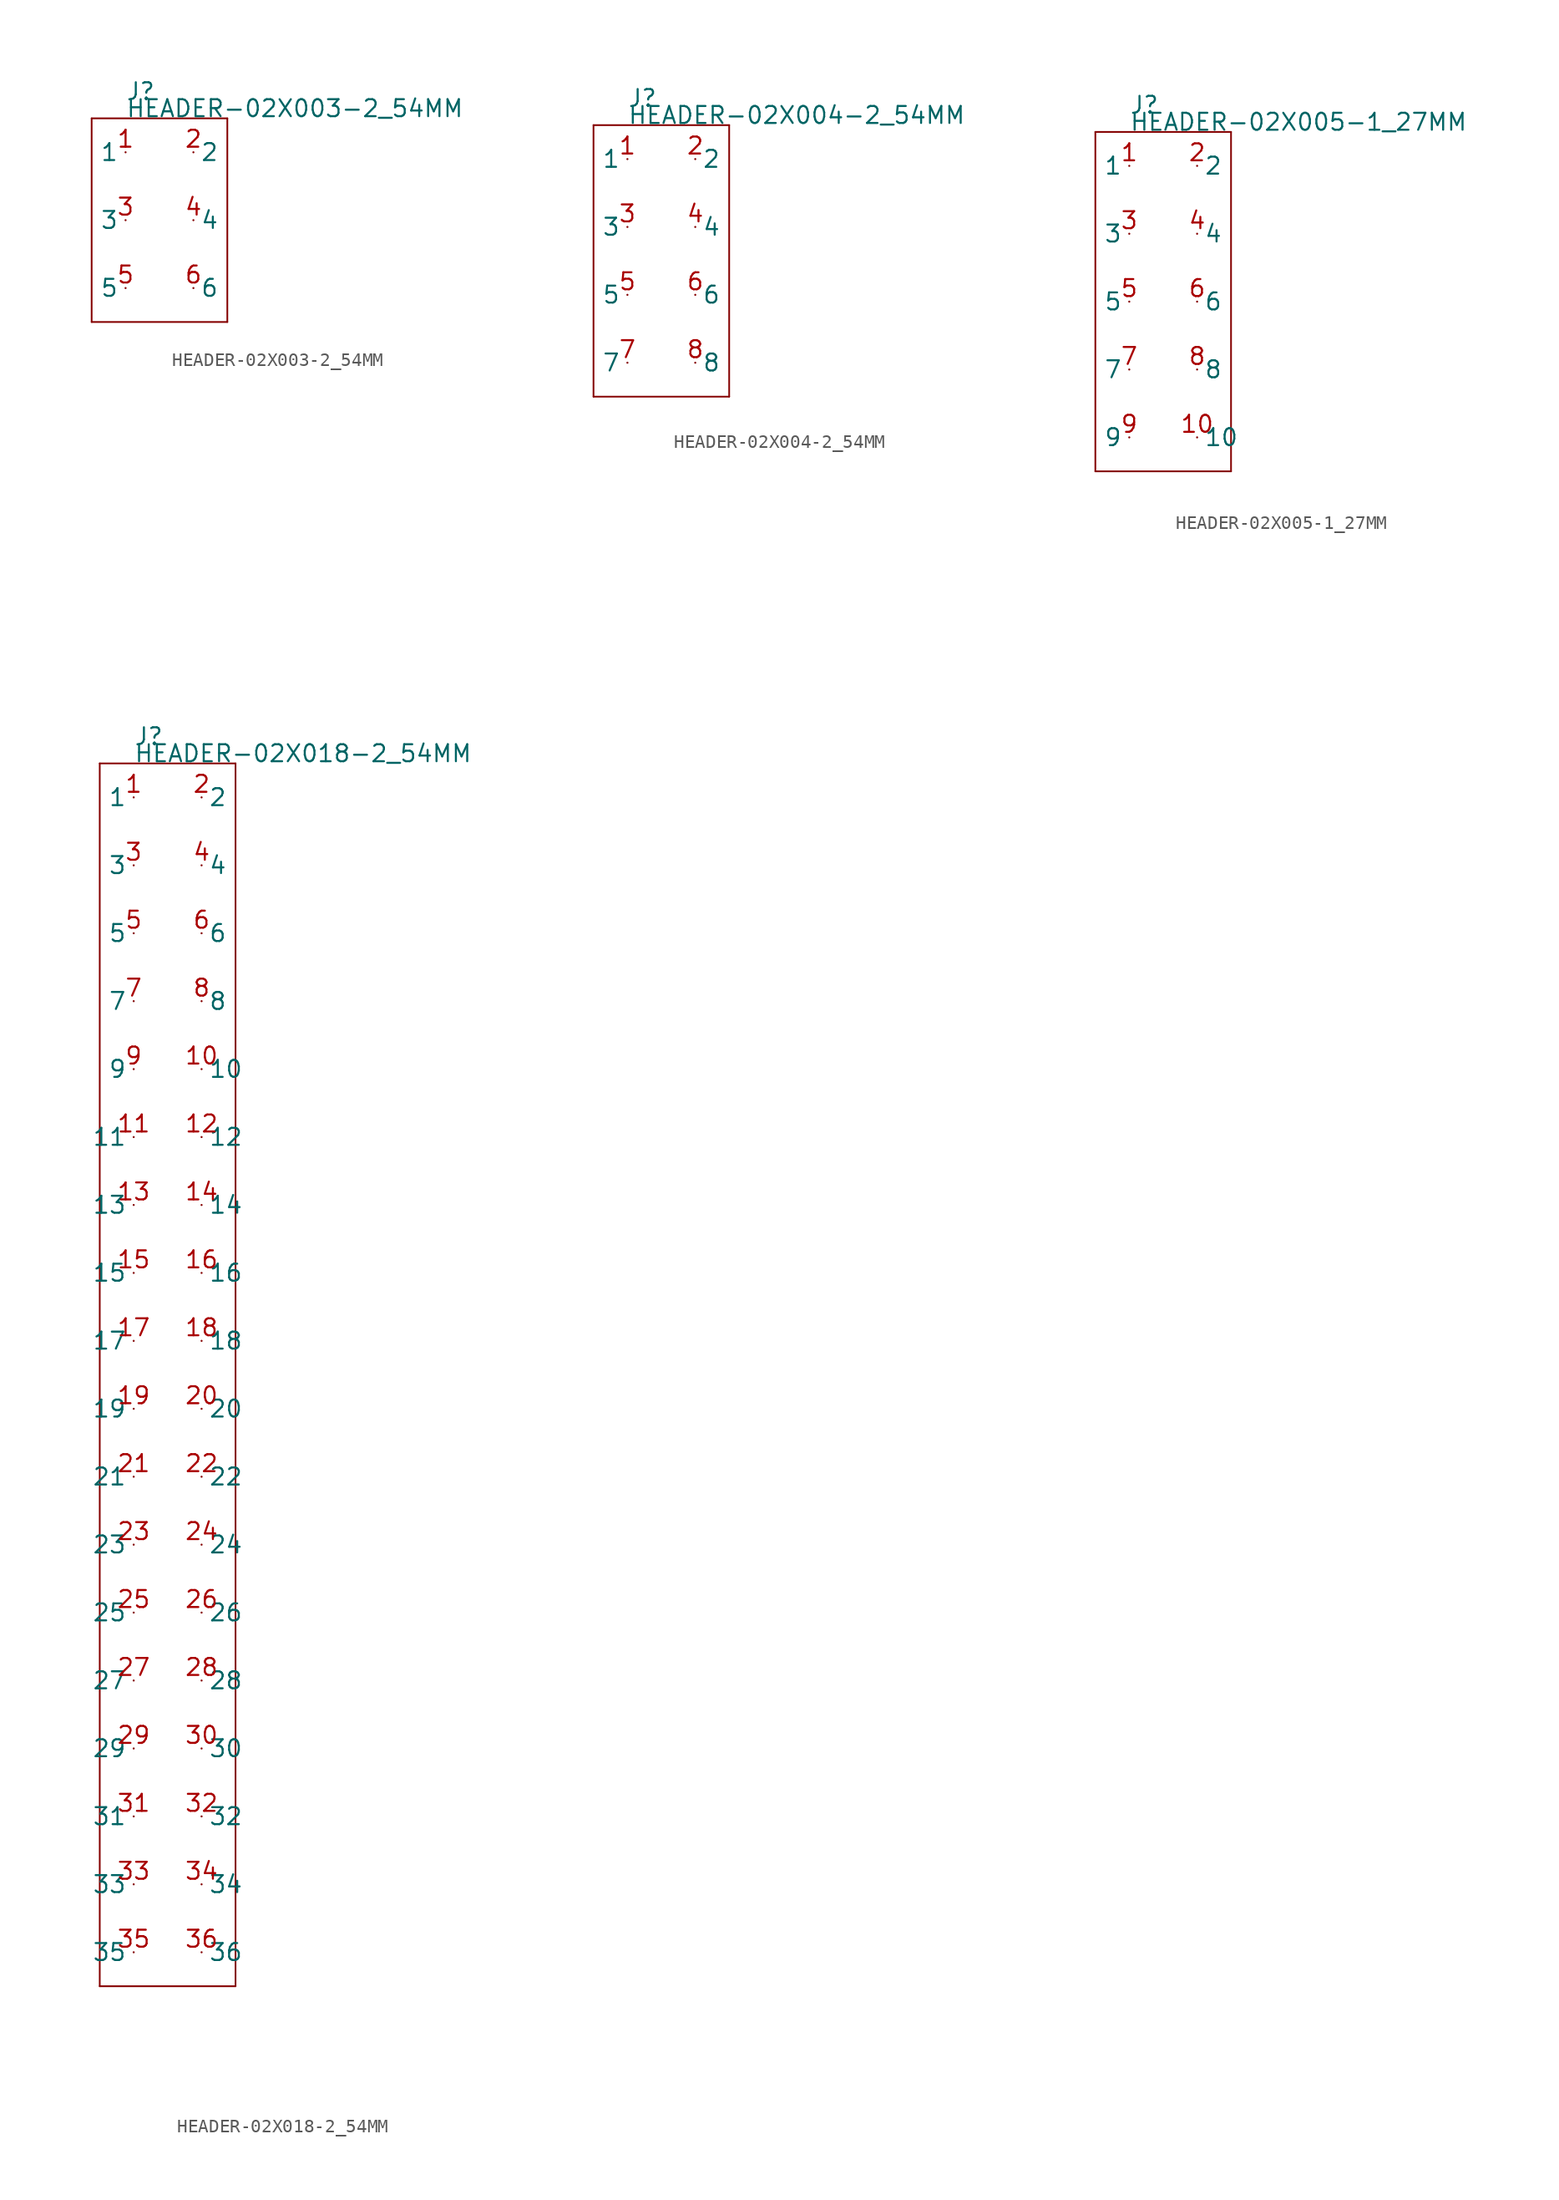
<source format=kicad_sym>
(kicad_symbol_lib
  (version 20211014)
  (generator kicad_symbol_editor)
  (symbol "HEADER-02X003-2_54MM"
    (pin_names)
    (property "Reference" "J"
      (at -2.54 8.89 0)
      (effects (font (size 1.27 1.27)) (justify left bottom)))
    (property "Value" "HEADER-02X003-2_54MM"
      (at -2.54 7.62 0)
      (effects (font (size 1.27 1.27)) (justify left bottom)))
    (property "Datasheet" ""
      (at 0 0 0))
    (property "ki_description" "Header 2x3  - Header Vertical 2x3POS 2.54MM Technical Specifications: Pitch: 0.1\" (2.54mm) Rows: 2 "
      (at 0 0 0))
    (property "ki_fp_filters" "FlashPCB_Connectors:HEADER-THT-02X003-2_54MM FlashPCB_Connectors:HEADER-THT-NOSILK-02X003-2_54MM"
      (at 0 0 0))
    (symbol "HEADER-02X003-2_54MM_1_1"
      (polyline (pts (xy -5.08 7.62) (xy 5.08 7.62)) (stroke (width 0.127)) (fill (type none)))
      (polyline (pts (xy 5.08 7.62) (xy 5.08 -7.62)) (stroke (width 0.127)) (fill (type none)))
      (polyline (pts (xy 5.08 -7.62) (xy -5.08 -7.62)) (stroke (width 0.127)) (fill (type none)))
      (polyline (pts (xy -5.08 -7.62) (xy -5.08 7.62)) (stroke (width 0.127)) (fill (type none)))
      (pin bidirectional line (at -2.54 5.08 180) (length 0) (name "1" (effects (font (size 1.27 1.27)))) (number "1" (effects (font (size 1.27 1.27)))))
      (pin bidirectional line (at 2.54 5.08 0) (length 0) (name "2" (effects (font (size 1.27 1.27)))) (number "2" (effects (font (size 1.27 1.27)))))
      (pin bidirectional line (at -2.54 0 180) (length 0) (name "3" (effects (font (size 1.27 1.27)))) (number "3" (effects (font (size 1.27 1.27)))))
      (pin bidirectional line (at 2.54 0 0) (length 0) (name "4" (effects (font (size 1.27 1.27)))) (number "4" (effects (font (size 1.27 1.27)))))
      (pin bidirectional line (at -2.54 -5.08 180) (length 0) (name "5" (effects (font (size 1.27 1.27)))) (number "5" (effects (font (size 1.27 1.27)))))
      (pin bidirectional line (at 2.54 -5.08 0) (length 0) (name "6" (effects (font (size 1.27 1.27)))) (number "6" (effects (font (size 1.27 1.27)))))))
  (symbol "HEADER-02X004-2_54MM"
    (pin_names)
    (property "Reference" "J"
      (at -2.54 11.43 0)
      (effects (font (size 1.27 1.27)) (justify left bottom)))
    (property "Value" "HEADER-02X004-2_54MM"
      (at -2.54 10.16 0)
      (effects (font (size 1.27 1.27)) (justify left bottom)))
    (property "Datasheet" ""
      (at 0 0 0))
    (property "ki_description" "Header 2x4  - Header Vertical 2x4POS 2.54MM Technical Specifications: Pitch: 0.1\" (2.54mm) Rows: 2 "
      (at 0 0 0))
    (property "ki_fp_filters" "FlashPCB_Connectors:HEADER-THT-02X004-2_54MM FlashPCB_Connectors:HEADER-THT-NOSILK-02X004-2_54MM"
      (at 0 0 0))
    (symbol "HEADER-02X004-2_54MM_1_1"
      (polyline (pts (xy -5.08 10.16) (xy 5.08 10.16)) (stroke (width 0.127)) (fill (type none)))
      (polyline (pts (xy 5.08 10.16) (xy 5.08 -10.16)) (stroke (width 0.127)) (fill (type none)))
      (polyline (pts (xy 5.08 -10.16) (xy -5.08 -10.16)) (stroke (width 0.127)) (fill (type none)))
      (polyline (pts (xy -5.08 -10.16) (xy -5.08 10.16)) (stroke (width 0.127)) (fill (type none)))
      (pin bidirectional line (at -2.54 7.62 180) (length 0) (name "1" (effects (font (size 1.27 1.27)))) (number "1" (effects (font (size 1.27 1.27)))))
      (pin bidirectional line (at 2.54 7.62 0) (length 0) (name "2" (effects (font (size 1.27 1.27)))) (number "2" (effects (font (size 1.27 1.27)))))
      (pin bidirectional line (at -2.54 2.54 180) (length 0) (name "3" (effects (font (size 1.27 1.27)))) (number "3" (effects (font (size 1.27 1.27)))))
      (pin bidirectional line (at 2.54 2.54 0) (length 0) (name "4" (effects (font (size 1.27 1.27)))) (number "4" (effects (font (size 1.27 1.27)))))
      (pin bidirectional line (at -2.54 -2.54 180) (length 0) (name "5" (effects (font (size 1.27 1.27)))) (number "5" (effects (font (size 1.27 1.27)))))
      (pin bidirectional line (at 2.54 -2.54 0) (length 0) (name "6" (effects (font (size 1.27 1.27)))) (number "6" (effects (font (size 1.27 1.27)))))
      (pin bidirectional line (at -2.54 -7.62 180) (length 0) (name "7" (effects (font (size 1.27 1.27)))) (number "7" (effects (font (size 1.27 1.27)))))
      (pin bidirectional line (at 2.54 -7.62 0) (length 0) (name "8" (effects (font (size 1.27 1.27)))) (number "8" (effects (font (size 1.27 1.27)))))))
  (symbol "HEADER-02X005-1_27MM"
    (pin_names)
    (property "Reference" "J"
      (at -2.54 13.97 0)
      (effects (font (size 1.27 1.27)) (justify left bottom)))
    (property "Value" "HEADER-02X005-1_27MM"
      (at -2.54 12.7 0)
      (effects (font (size 1.27 1.27)) (justify left bottom)))
    (property "Datasheet" ""
      (at 0 0 0))
    (property "ki_description" "Header 2x5  - Header Vertical 2x5POS 1.27MM Technical Specifications: Pitch: 0.05\" (1.27mm) Rows: 2 "
      (at 0 0 0))
    (property "ki_fp_filters" "FlashPCB_Connectors:HEADER-THT-02X005-1_27MM FlashPCB_Connectors:HEADER-THT-NOSILK-02X005-1_27MM FlashPCB_Connectors:HEADER-SMT-02X005-1_27MM FlashPCB_Connectors:HEADER-SMT-NOSILK-02X005-1_27MM"
      (at 0 0 0))
    (symbol "HEADER-02X005-1_27MM_1_1"
      (polyline (pts (xy -5.08 12.7) (xy 5.08 12.7)) (stroke (width 0.127)) (fill (type none)))
      (polyline (pts (xy 5.08 12.7) (xy 5.08 -12.7)) (stroke (width 0.127)) (fill (type none)))
      (polyline (pts (xy 5.08 -12.7) (xy -5.08 -12.7)) (stroke (width 0.127)) (fill (type none)))
      (polyline (pts (xy -5.08 -12.7) (xy -5.08 12.7)) (stroke (width 0.127)) (fill (type none)))
      (pin bidirectional line (at -2.54 10.16 180) (length 0) (name "1" (effects (font (size 1.27 1.27)))) (number "1" (effects (font (size 1.27 1.27)))))
      (pin bidirectional line (at 2.54 10.16 0) (length 0) (name "2" (effects (font (size 1.27 1.27)))) (number "2" (effects (font (size 1.27 1.27)))))
      (pin bidirectional line (at -2.54 5.08 180) (length 0) (name "3" (effects (font (size 1.27 1.27)))) (number "3" (effects (font (size 1.27 1.27)))))
      (pin bidirectional line (at 2.54 5.08 0) (length 0) (name "4" (effects (font (size 1.27 1.27)))) (number "4" (effects (font (size 1.27 1.27)))))
      (pin bidirectional line (at -2.54 0 180) (length 0) (name "5" (effects (font (size 1.27 1.27)))) (number "5" (effects (font (size 1.27 1.27)))))
      (pin bidirectional line (at 2.54 0 0) (length 0) (name "6" (effects (font (size 1.27 1.27)))) (number "6" (effects (font (size 1.27 1.27)))))
      (pin bidirectional line (at -2.54 -5.08 180) (length 0) (name "7" (effects (font (size 1.27 1.27)))) (number "7" (effects (font (size 1.27 1.27)))))
      (pin bidirectional line (at 2.54 -5.08 0) (length 0) (name "8" (effects (font (size 1.27 1.27)))) (number "8" (effects (font (size 1.27 1.27)))))
      (pin bidirectional line (at -2.54 -10.16 180) (length 0) (name "9" (effects (font (size 1.27 1.27)))) (number "9" (effects (font (size 1.27 1.27)))))
      (pin bidirectional line (at 2.54 -10.16 0) (length 0) (name "10" (effects (font (size 1.27 1.27)))) (number "10" (effects (font (size 1.27 1.27)))))))
  (symbol "HEADER-02X018-2_54MM"
    (pin_names)
    (property "Reference" "J"
      (at -2.54 46.99 0)
      (effects (font (size 1.27 1.27)) (justify left bottom)))
    (property "Value" "HEADER-02X018-2_54MM"
      (at -2.54 45.72 0)
      (effects (font (size 1.27 1.27)) (justify left bottom)))
    (property "Datasheet" ""
      (at 0 0 0))
    (property "ki_description" "Header 2x18  - Header Vertical 2x18POS 2.54MM Technical Specifications: Pitch: 0.1\" (2.54mm) Rows: 2 "
      (at 0 0 0))
    (property "ki_fp_filters" "FlashPCB_Connectors:HEADER-THT-02X018-2_54MM FlashPCB_Connectors:HEADER-THT-NOSILK-02X018-2_54MM"
      (at 0 0 0))
    (symbol "HEADER-02X018-2_54MM_1_1"
      (polyline (pts (xy -5.08 45.72) (xy 5.08 45.72)) (stroke (width 0.127)) (fill (type none)))
      (polyline (pts (xy 5.08 45.72) (xy 5.08 -45.72)) (stroke (width 0.127)) (fill (type none)))
      (polyline (pts (xy 5.08 -45.72) (xy -5.08 -45.72)) (stroke (width 0.127)) (fill (type none)))
      (polyline (pts (xy -5.08 -45.72) (xy -5.08 45.72)) (stroke (width 0.127)) (fill (type none)))
      (pin bidirectional line (at -2.54 43.18 180) (length 0) (name "1" (effects (font (size 1.27 1.27)))) (number "1" (effects (font (size 1.27 1.27)))))
      (pin bidirectional line (at 2.54 43.18 0) (length 0) (name "2" (effects (font (size 1.27 1.27)))) (number "2" (effects (font (size 1.27 1.27)))))
      (pin bidirectional line (at -2.54 38.1 180) (length 0) (name "3" (effects (font (size 1.27 1.27)))) (number "3" (effects (font (size 1.27 1.27)))))
      (pin bidirectional line (at 2.54 38.1 0) (length 0) (name "4" (effects (font (size 1.27 1.27)))) (number "4" (effects (font (size 1.27 1.27)))))
      (pin bidirectional line (at -2.54 33.02 180) (length 0) (name "5" (effects (font (size 1.27 1.27)))) (number "5" (effects (font (size 1.27 1.27)))))
      (pin bidirectional line (at 2.54 33.02 0) (length 0) (name "6" (effects (font (size 1.27 1.27)))) (number "6" (effects (font (size 1.27 1.27)))))
      (pin bidirectional line (at -2.54 27.94 180) (length 0) (name "7" (effects (font (size 1.27 1.27)))) (number "7" (effects (font (size 1.27 1.27)))))
      (pin bidirectional line (at 2.54 27.94 0) (length 0) (name "8" (effects (font (size 1.27 1.27)))) (number "8" (effects (font (size 1.27 1.27)))))
      (pin bidirectional line (at -2.54 22.86 180) (length 0) (name "9" (effects (font (size 1.27 1.27)))) (number "9" (effects (font (size 1.27 1.27)))))
      (pin bidirectional line (at 2.54 22.86 0) (length 0) (name "10" (effects (font (size 1.27 1.27)))) (number "10" (effects (font (size 1.27 1.27)))))
      (pin bidirectional line (at -2.54 17.78 180) (length 0) (name "11" (effects (font (size 1.27 1.27)))) (number "11" (effects (font (size 1.27 1.27)))))
      (pin bidirectional line (at 2.54 17.78 0) (length 0) (name "12" (effects (font (size 1.27 1.27)))) (number "12" (effects (font (size 1.27 1.27)))))
      (pin bidirectional line (at -2.54 12.7 180) (length 0) (name "13" (effects (font (size 1.27 1.27)))) (number "13" (effects (font (size 1.27 1.27)))))
      (pin bidirectional line (at 2.54 12.7 0) (length 0) (name "14" (effects (font (size 1.27 1.27)))) (number "14" (effects (font (size 1.27 1.27)))))
      (pin bidirectional line (at -2.54 7.62 180) (length 0) (name "15" (effects (font (size 1.27 1.27)))) (number "15" (effects (font (size 1.27 1.27)))))
      (pin bidirectional line (at 2.54 7.62 0) (length 0) (name "16" (effects (font (size 1.27 1.27)))) (number "16" (effects (font (size 1.27 1.27)))))
      (pin bidirectional line (at -2.54 2.54 180) (length 0) (name "17" (effects (font (size 1.27 1.27)))) (number "17" (effects (font (size 1.27 1.27)))))
      (pin bidirectional line (at 2.54 2.54 0) (length 0) (name "18" (effects (font (size 1.27 1.27)))) (number "18" (effects (font (size 1.27 1.27)))))
      (pin bidirectional line (at -2.54 -2.54 180) (length 0) (name "19" (effects (font (size 1.27 1.27)))) (number "19" (effects (font (size 1.27 1.27)))))
      (pin bidirectional line (at 2.54 -2.54 0) (length 0) (name "20" (effects (font (size 1.27 1.27)))) (number "20" (effects (font (size 1.27 1.27)))))
      (pin bidirectional line (at -2.54 -7.62 180) (length 0) (name "21" (effects (font (size 1.27 1.27)))) (number "21" (effects (font (size 1.27 1.27)))))
      (pin bidirectional line (at 2.54 -7.62 0) (length 0) (name "22" (effects (font (size 1.27 1.27)))) (number "22" (effects (font (size 1.27 1.27)))))
      (pin bidirectional line (at -2.54 -12.7 180) (length 0) (name "23" (effects (font (size 1.27 1.27)))) (number "23" (effects (font (size 1.27 1.27)))))
      (pin bidirectional line (at 2.54 -12.7 0) (length 0) (name "24" (effects (font (size 1.27 1.27)))) (number "24" (effects (font (size 1.27 1.27)))))
      (pin bidirectional line (at -2.54 -17.78 180) (length 0) (name "25" (effects (font (size 1.27 1.27)))) (number "25" (effects (font (size 1.27 1.27)))))
      (pin bidirectional line (at 2.54 -17.78 0) (length 0) (name "26" (effects (font (size 1.27 1.27)))) (number "26" (effects (font (size 1.27 1.27)))))
      (pin bidirectional line (at -2.54 -22.86 180) (length 0) (name "27" (effects (font (size 1.27 1.27)))) (number "27" (effects (font (size 1.27 1.27)))))
      (pin bidirectional line (at 2.54 -22.86 0) (length 0) (name "28" (effects (font (size 1.27 1.27)))) (number "28" (effects (font (size 1.27 1.27)))))
      (pin bidirectional line (at -2.54 -27.94 180) (length 0) (name "29" (effects (font (size 1.27 1.27)))) (number "29" (effects (font (size 1.27 1.27)))))
      (pin bidirectional line (at 2.54 -27.94 0) (length 0) (name "30" (effects (font (size 1.27 1.27)))) (number "30" (effects (font (size 1.27 1.27)))))
      (pin bidirectional line (at -2.54 -33.02 180) (length 0) (name "31" (effects (font (size 1.27 1.27)))) (number "31" (effects (font (size 1.27 1.27)))))
      (pin bidirectional line (at 2.54 -33.02 0) (length 0) (name "32" (effects (font (size 1.27 1.27)))) (number "32" (effects (font (size 1.27 1.27)))))
      (pin bidirectional line (at -2.54 -38.1 180) (length 0) (name "33" (effects (font (size 1.27 1.27)))) (number "33" (effects (font (size 1.27 1.27)))))
      (pin bidirectional line (at 2.54 -38.1 0) (length 0) (name "34" (effects (font (size 1.27 1.27)))) (number "34" (effects (font (size 1.27 1.27)))))
      (pin bidirectional line (at -2.54 -43.18 180) (length 0) (name "35" (effects (font (size 1.27 1.27)))) (number "35" (effects (font (size 1.27 1.27)))))
      (pin bidirectional line (at 2.54 -43.18 0) (length 0) (name "36" (effects (font (size 1.27 1.27)))) (number "36" (effects (font (size 1.27 1.27))))))))
</source>
